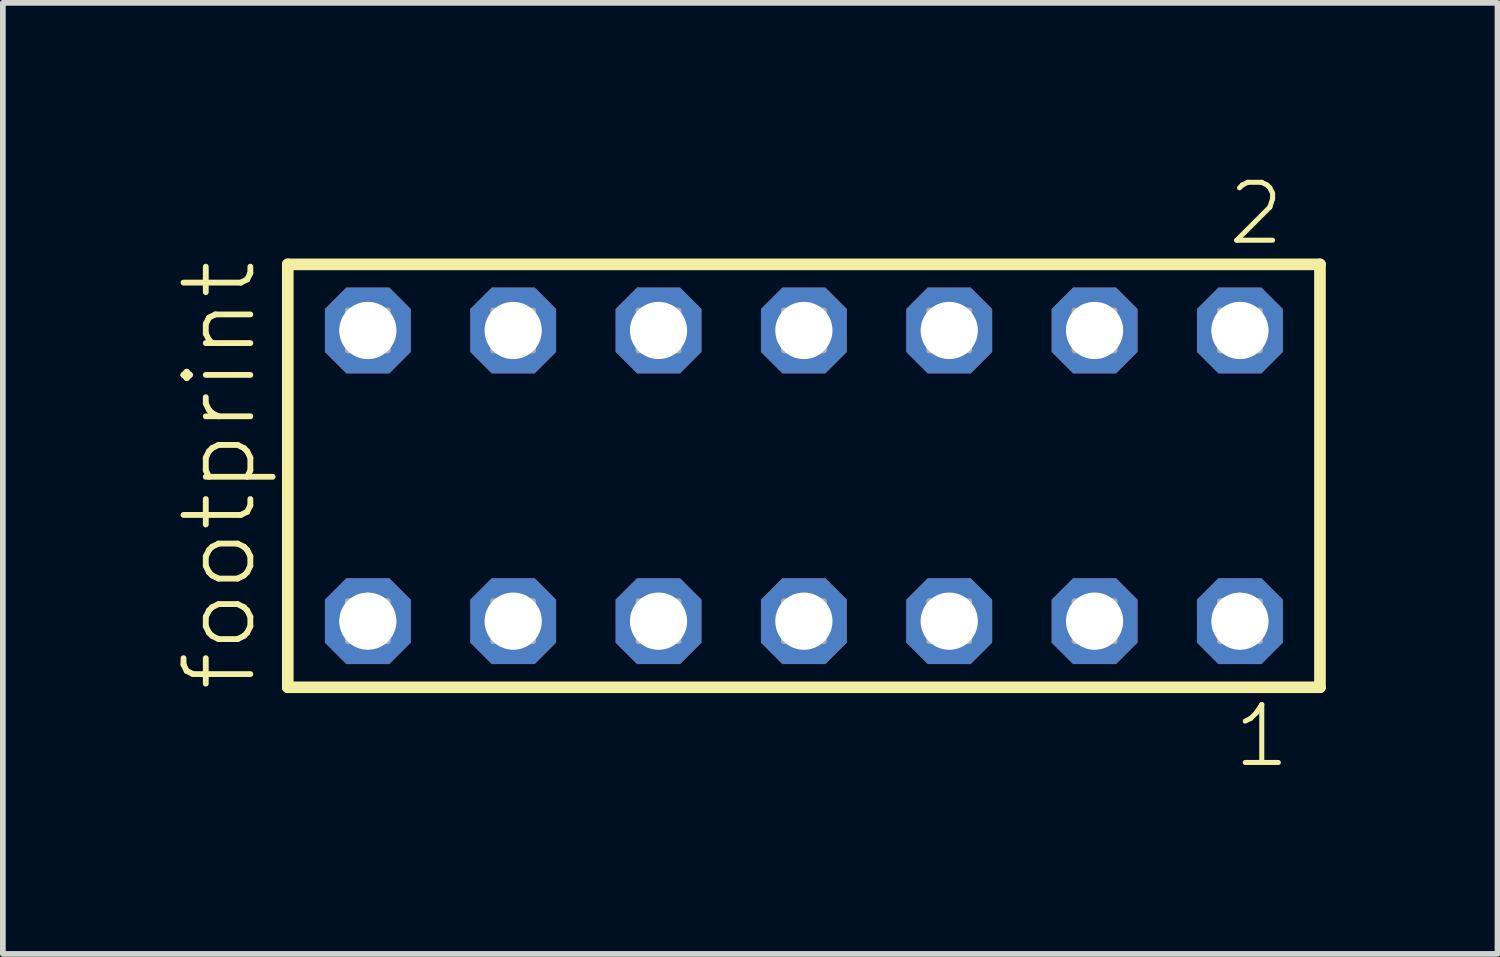
<source format=kicad_pcb>
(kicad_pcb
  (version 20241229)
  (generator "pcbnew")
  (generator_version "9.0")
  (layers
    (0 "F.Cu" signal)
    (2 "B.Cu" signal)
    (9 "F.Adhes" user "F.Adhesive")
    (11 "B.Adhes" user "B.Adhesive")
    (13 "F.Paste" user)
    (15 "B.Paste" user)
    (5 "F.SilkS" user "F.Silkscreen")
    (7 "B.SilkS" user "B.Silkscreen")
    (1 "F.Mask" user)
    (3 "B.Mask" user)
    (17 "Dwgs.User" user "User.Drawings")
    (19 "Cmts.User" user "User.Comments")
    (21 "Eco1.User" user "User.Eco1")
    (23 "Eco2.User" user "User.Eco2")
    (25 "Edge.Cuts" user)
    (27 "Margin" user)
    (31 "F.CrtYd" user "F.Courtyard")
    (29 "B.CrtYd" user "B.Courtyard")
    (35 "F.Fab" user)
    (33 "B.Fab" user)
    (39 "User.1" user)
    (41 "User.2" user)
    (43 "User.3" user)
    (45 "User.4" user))
  (footprint "footprint"
    (layer "F.Cu")
    (at 10.998 5.265)
    (property "Reference" "footprint" (at -9.525 3.81 90) (layer "F.SilkS") (effects (font (size 1.168 1.168) (thickness 0.102)) (justify left bottom)))
    (fp_line (start -9.019 -3.695) (end 9.019 -3.695) (stroke (width 0.203) (type solid)) (layer "F.SilkS"))
    (fp_line (start -9.019 3.695) (end -9.019 -3.695) (stroke (width 0.203) (type solid)) (layer "F.SilkS"))
    (fp_line (start 9.019 -3.695) (end 9.019 3.695) (stroke (width 0.203) (type solid)) (layer "F.SilkS"))
    (fp_line (start 9.019 3.695) (end -9.019 3.695) (stroke (width 0.203) (type solid)) (layer "F.SilkS"))
    (fp_poly (pts (xy -7.97 -2.19) (xy -7.27 -2.19) (xy -7.27 -2.89) (xy -7.97 -2.89)) (stroke (width 0.1) (type solid)) (fill no) (layer "F.Fab"))
    (fp_poly (pts (xy -7.97 2.89) (xy -7.27 2.89) (xy -7.27 2.19) (xy -7.97 2.19)) (stroke (width 0.1) (type solid)) (fill no) (layer "F.Fab"))
    (fp_poly (pts (xy -5.43 -2.19) (xy -4.73 -2.19) (xy -4.73 -2.89) (xy -5.43 -2.89)) (stroke (width 0.1) (type solid)) (fill no) (layer "F.Fab"))
    (fp_poly (pts (xy -5.43 2.89) (xy -4.73 2.89) (xy -4.73 2.19) (xy -5.43 2.19)) (stroke (width 0.1) (type solid)) (fill no) (layer "F.Fab"))
    (fp_poly (pts (xy -2.89 -2.19) (xy -2.19 -2.19) (xy -2.19 -2.89) (xy -2.89 -2.89)) (stroke (width 0.1) (type solid)) (fill no) (layer "F.Fab"))
    (fp_poly (pts (xy -2.89 2.89) (xy -2.19 2.89) (xy -2.19 2.19) (xy -2.89 2.19)) (stroke (width 0.1) (type solid)) (fill no) (layer "F.Fab"))
    (fp_poly (pts (xy -0.35 -2.19) (xy 0.35 -2.19) (xy 0.35 -2.89) (xy -0.35 -2.89)) (stroke (width 0.1) (type solid)) (fill no) (layer "F.Fab"))
    (fp_poly (pts (xy -0.35 2.89) (xy 0.35 2.89) (xy 0.35 2.19) (xy -0.35 2.19)) (stroke (width 0.1) (type solid)) (fill no) (layer "F.Fab"))
    (fp_poly (pts (xy 2.19 -2.19) (xy 2.89 -2.19) (xy 2.89 -2.89) (xy 2.19 -2.89)) (stroke (width 0.1) (type solid)) (fill no) (layer "F.Fab"))
    (fp_poly (pts (xy 2.19 2.89) (xy 2.89 2.89) (xy 2.89 2.19) (xy 2.19 2.19)) (stroke (width 0.1) (type solid)) (fill no) (layer "F.Fab"))
    (fp_poly (pts (xy 4.73 -2.19) (xy 5.43 -2.19) (xy 5.43 -2.89) (xy 4.73 -2.89)) (stroke (width 0.1) (type solid)) (fill no) (layer "F.Fab"))
    (fp_poly (pts (xy 4.73 2.89) (xy 5.43 2.89) (xy 5.43 2.19) (xy 4.73 2.19)) (stroke (width 0.1) (type solid)) (fill no) (layer "F.Fab"))
    (fp_poly (pts (xy 7.27 -2.19) (xy 7.97 -2.19) (xy 7.97 -2.89) (xy 7.27 -2.89)) (stroke (width 0.1) (type solid)) (fill no) (layer "F.Fab"))
    (fp_poly (pts (xy 7.27 2.89) (xy 7.97 2.89) (xy 7.97 2.19) (xy 7.27 2.19)) (stroke (width 0.1) (type solid)) (fill no) (layer "F.Fab"))
    (fp_text user "1" (at 7.462 5.138 0) (layer "F.SilkS") (effects (font (size 1.012 1.012) (thickness 0.088)) (justify left bottom)))
    (fp_text user "2" (at 7.362 -3.989 0) (layer "F.SilkS") (effects (font (size 1.012 1.012) (thickness 0.088)) (justify left bottom)))
    (pad "1" thru_hole roundrect (at 7.62 2.54 180) (size 1.5 1.5) (drill 1) (layers "*.Cu" "*.Mask") (roundrect_rratio 0.25) (chamfer_ratio 0.25) (chamfer top_left top_right bottom_left bottom_right))
    (pad "2" thru_hole roundrect (at 7.62 -2.54 180) (size 1.5 1.5) (drill 1) (layers "*.Cu" "*.Mask") (roundrect_rratio 0.25) (chamfer_ratio 0.25) (chamfer top_left top_right bottom_left bottom_right))
    (pad "3" thru_hole roundrect (at 5.08 2.54 180) (size 1.5 1.5) (drill 1) (layers "*.Cu" "*.Mask") (roundrect_rratio 0.25) (chamfer_ratio 0.25) (chamfer top_left top_right bottom_left bottom_right))
    (pad "4" thru_hole roundrect (at 5.08 -2.54 180) (size 1.5 1.5) (drill 1) (layers "*.Cu" "*.Mask") (roundrect_rratio 0.25) (chamfer_ratio 0.25) (chamfer top_left top_right bottom_left bottom_right))
    (pad "5" thru_hole roundrect (at 2.54 2.54 180) (size 1.5 1.5) (drill 1) (layers "*.Cu" "*.Mask") (roundrect_rratio 0.25) (chamfer_ratio 0.25) (chamfer top_left top_right bottom_left bottom_right))
    (pad "6" thru_hole roundrect (at 2.54 -2.54 180) (size 1.5 1.5) (drill 1) (layers "*.Cu" "*.Mask") (roundrect_rratio 0.25) (chamfer_ratio 0.25) (chamfer top_left top_right bottom_left bottom_right))
    (pad "7" thru_hole roundrect (at 0 2.54 180) (size 1.5 1.5) (drill 1) (layers "*.Cu" "*.Mask") (roundrect_rratio 0.25) (chamfer_ratio 0.25) (chamfer top_left top_right bottom_left bottom_right))
    (pad "8" thru_hole roundrect (at 0 -2.54 180) (size 1.5 1.5) (drill 1) (layers "*.Cu" "*.Mask") (roundrect_rratio 0.25) (chamfer_ratio 0.25) (chamfer top_left top_right bottom_left bottom_right))
    (pad "9" thru_hole roundrect (at -2.54 2.54 180) (size 1.5 1.5) (drill 1) (layers "*.Cu" "*.Mask") (roundrect_rratio 0.25) (chamfer_ratio 0.25) (chamfer top_left top_right bottom_left bottom_right))
    (pad "10" thru_hole roundrect (at -2.54 -2.54 180) (size 1.5 1.5) (drill 1) (layers "*.Cu" "*.Mask") (roundrect_rratio 0.25) (chamfer_ratio 0.25) (chamfer top_left top_right bottom_left bottom_right))
    (pad "11" thru_hole roundrect (at -5.08 2.54 180) (size 1.5 1.5) (drill 1) (layers "*.Cu" "*.Mask") (roundrect_rratio 0.25) (chamfer_ratio 0.25) (chamfer top_left top_right bottom_left bottom_right))
    (pad "12" thru_hole roundrect (at -5.08 -2.54 180) (size 1.5 1.5) (drill 1) (layers "*.Cu" "*.Mask") (roundrect_rratio 0.25) (chamfer_ratio 0.25) (chamfer top_left top_right bottom_left bottom_right))
    (pad "13" thru_hole roundrect (at -7.62 2.54 180) (size 1.5 1.5) (drill 1) (layers "*.Cu" "*.Mask") (roundrect_rratio 0.25) (chamfer_ratio 0.25) (chamfer top_left top_right bottom_left bottom_right))
    (pad "14" thru_hole roundrect (at -7.62 -2.54 180) (size 1.5 1.5) (drill 1) (layers "*.Cu" "*.Mask") (roundrect_rratio 0.25) (chamfer_ratio 0.25) (chamfer top_left top_right bottom_left bottom_right)))
  (gr_rect
    (start -3 -3)
    (end 23.119 13.62)
    (stroke (width 0.1) (type default))
    (fill no)
    (layer "Edge.Cuts")))
</source>
